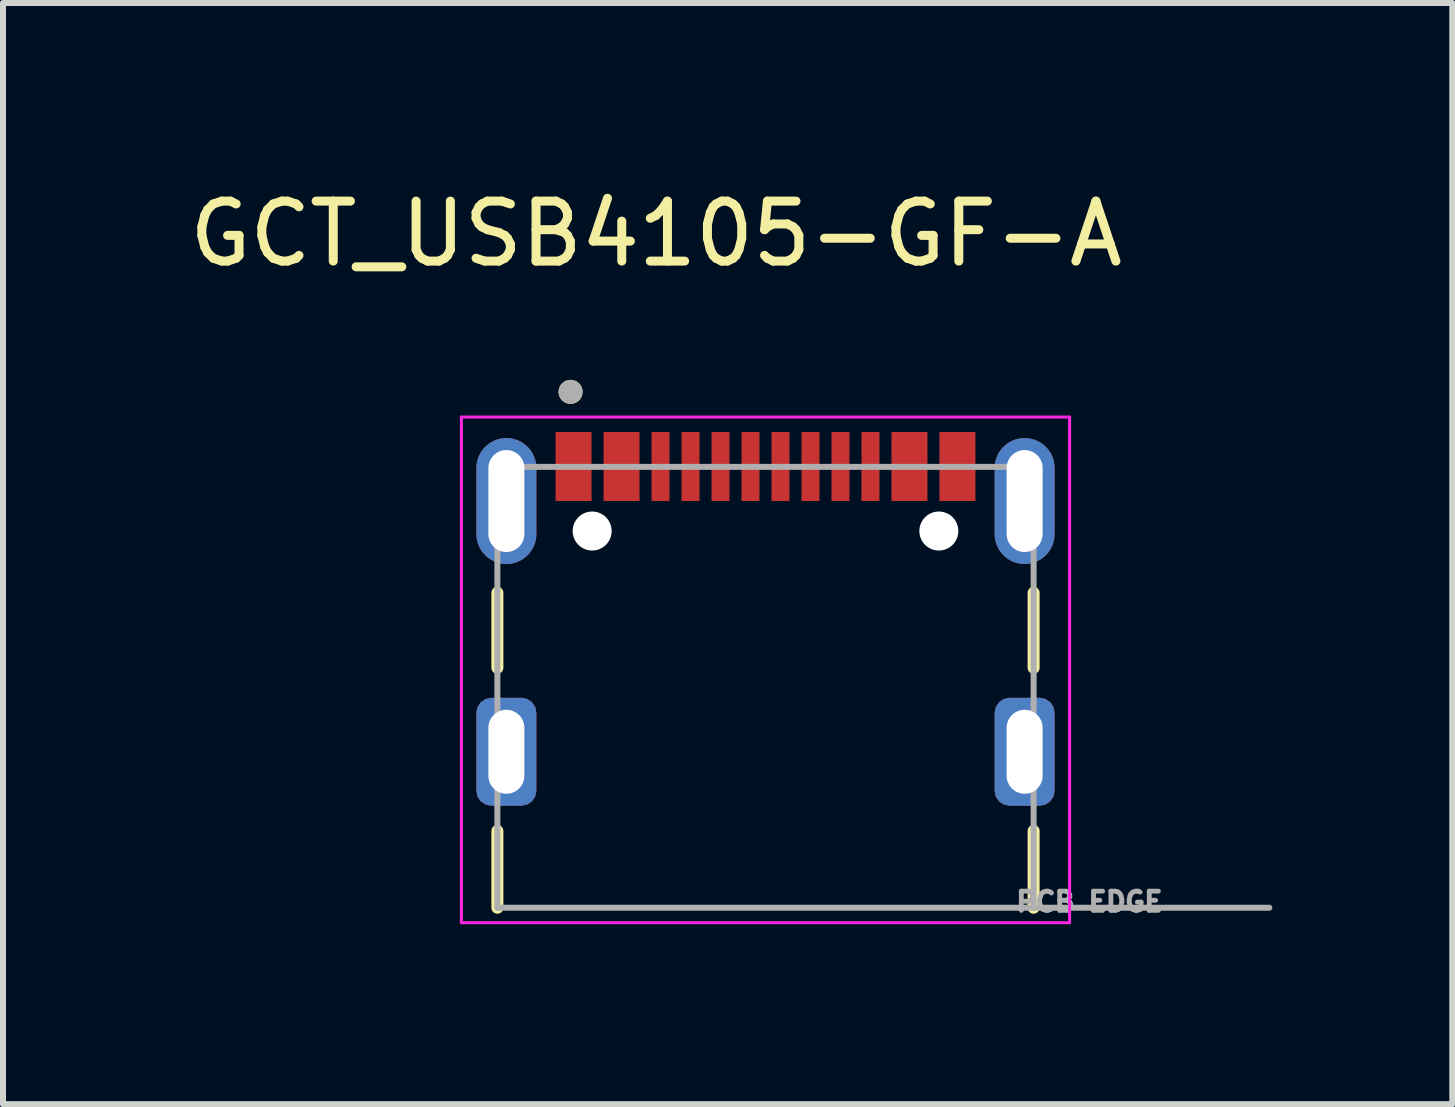
<source format=kicad_pcb>
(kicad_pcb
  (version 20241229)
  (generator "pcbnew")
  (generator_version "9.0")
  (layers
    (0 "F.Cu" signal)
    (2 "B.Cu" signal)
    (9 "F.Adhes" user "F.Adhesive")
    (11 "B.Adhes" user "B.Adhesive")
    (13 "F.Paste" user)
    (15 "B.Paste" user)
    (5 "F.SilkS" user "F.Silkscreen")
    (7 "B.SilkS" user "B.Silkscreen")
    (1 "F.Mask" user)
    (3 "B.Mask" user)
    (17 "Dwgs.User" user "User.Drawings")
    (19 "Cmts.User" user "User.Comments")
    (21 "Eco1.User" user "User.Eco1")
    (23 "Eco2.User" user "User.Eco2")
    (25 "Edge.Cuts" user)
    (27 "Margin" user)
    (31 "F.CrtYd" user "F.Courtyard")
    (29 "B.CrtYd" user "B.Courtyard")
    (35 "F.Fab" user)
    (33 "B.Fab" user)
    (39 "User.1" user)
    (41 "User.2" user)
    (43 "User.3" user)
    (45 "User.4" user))
  (footprint "GCT_USB4105-GF-A"
    (layer "F.Cu")
    (at 9.712 9.483)
    (property "Reference" "GCT_USB4105-GF-A" (at -1.825 -8.635 0) (layer "F.SilkS") (effects (font (size 1 1) (thickness 0.15))))
    (fp_line (start -4.47 -2.65) (end -4.47 -1.4) (stroke (width 0.2) (type solid)) (layer "F.SilkS"))
    (fp_line (start -4.47 1.32) (end -4.47 2.6) (stroke (width 0.2) (type solid)) (layer "F.SilkS"))
    (fp_line (start 4.47 -2.65) (end 4.47 -1.4) (stroke (width 0.2) (type solid)) (layer "F.SilkS"))
    (fp_line (start 4.47 2.6) (end 4.47 1.32) (stroke (width 0.2) (type solid)) (layer "F.SilkS"))
    (fp_circle (center -3.25 -6) (end -3.15 -6) (stroke (width 0.2) (type solid)) (fill no) (layer "F.SilkS"))
    (fp_line (start -5.07 -5.58) (end -5.07 2.85) (stroke (width 0.05) (type solid)) (layer "F.CrtYd"))
    (fp_line (start -5.07 2.85) (end 5.07 2.85) (stroke (width 0.05) (type solid)) (layer "F.CrtYd"))
    (fp_line (start 5.07 -5.58) (end -5.07 -5.58) (stroke (width 0.05) (type solid)) (layer "F.CrtYd"))
    (fp_line (start 5.07 2.85) (end 5.07 -5.58) (stroke (width 0.05) (type solid)) (layer "F.CrtYd"))
    (fp_line (start -4.47 -4.75) (end 4.47 -4.75) (stroke (width 0.1) (type solid)) (layer "F.Fab"))
    (fp_line (start -4.47 2.6) (end -4.47 -4.75) (stroke (width 0.1) (type solid)) (layer "F.Fab"))
    (fp_line (start 4.47 -4.75) (end 4.47 2.6) (stroke (width 0.1) (type solid)) (layer "F.Fab"))
    (fp_line (start 4.47 2.6) (end -4.47 2.6) (stroke (width 0.1) (type solid)) (layer "F.Fab"))
    (fp_line (start 4.47 2.6) (end 8.4 2.6) (stroke (width 0.1) (type solid)) (layer "F.Fab"))
    (fp_circle (center -3.25 -6) (end -3.15 -6) (stroke (width 0.2) (type solid)) (fill no) (layer "F.Fab"))
    (fp_text user "PCB EDGE" (at 5.4 2.5 0) (layer "F.Fab") (effects (font (size 0.32 0.32) (thickness 0.08))))
    (pad "" np_thru_hole circle (at -2.89 -3.68) (size 0.65 0.65) (drill 0.65) (layers "*.Cu" "*.Mask"))
    (pad "" np_thru_hole circle (at 2.89 -3.68) (size 0.65 0.65) (drill 0.65) (layers "*.Cu" "*.Mask"))
    (pad "A1_B12" smd rect (at -3.2 -4.755) (size 0.6 1.15) (layers "F.Cu" "F.Mask" "F.Paste"))
    (pad "A4_B9" smd rect (at -2.4 -4.755) (size 0.6 1.15) (layers "F.Cu" "F.Mask" "F.Paste"))
    (pad "A5" smd rect (at -1.25 -4.755) (size 0.3 1.15) (layers "F.Cu" "F.Mask" "F.Paste"))
    (pad "A6" smd rect (at -0.25 -4.755) (size 0.3 1.15) (layers "F.Cu" "F.Mask" "F.Paste"))
    (pad "A7" smd rect (at 0.25 -4.755) (size 0.3 1.15) (layers "F.Cu" "F.Mask" "F.Paste"))
    (pad "A8" smd rect (at 1.25 -4.755) (size 0.3 1.15) (layers "F.Cu" "F.Mask" "F.Paste"))
    (pad "B1_A12" smd rect (at 3.2 -4.755) (size 0.6 1.15) (layers "F.Cu" "F.Mask" "F.Paste"))
    (pad "B4_A9" smd rect (at 2.4 -4.755) (size 0.6 1.15) (layers "F.Cu" "F.Mask" "F.Paste"))
    (pad "B5" smd rect (at 1.75 -4.755) (size 0.3 1.15) (layers "F.Cu" "F.Mask" "F.Paste"))
    (pad "B6" smd rect (at 0.75 -4.755) (size 0.3 1.15) (layers "F.Cu" "F.Mask" "F.Paste"))
    (pad "B7" smd rect (at -0.75 -4.755) (size 0.3 1.15) (layers "F.Cu" "F.Mask" "F.Paste"))
    (pad "B8" smd rect (at -1.75 -4.755) (size 0.3 1.15) (layers "F.Cu" "F.Mask" "F.Paste"))
    (pad "SH1" thru_hole oval (at -4.32 -4.18) (size 1 2.1) (drill oval 0.6 1.7) (layers "*.Cu" "*.Mask"))
    (pad "SH2" thru_hole oval (at 4.32 -4.18) (size 1 2.1) (drill oval 0.6 1.7) (layers "*.Cu" "*.Mask"))
    (pad "SH3" thru_hole roundrect (at -4.32 0) (size 1 1.8) (drill oval 0.6 1.4) (layers "*.Cu" "*.Mask") (roundrect_rratio 0.25))
    (pad "SH4" thru_hole roundrect (at 4.32 0) (size 1 1.8) (drill oval 0.6 1.4) (layers "*.Cu" "*.Mask") (roundrect_rratio 0.25)))
  (gr_rect
    (start -3 -3)
    (end 21.162 15.358)
    (stroke (width 0.1) (type default))
    (fill no)
    (layer "Edge.Cuts")))
</source>
